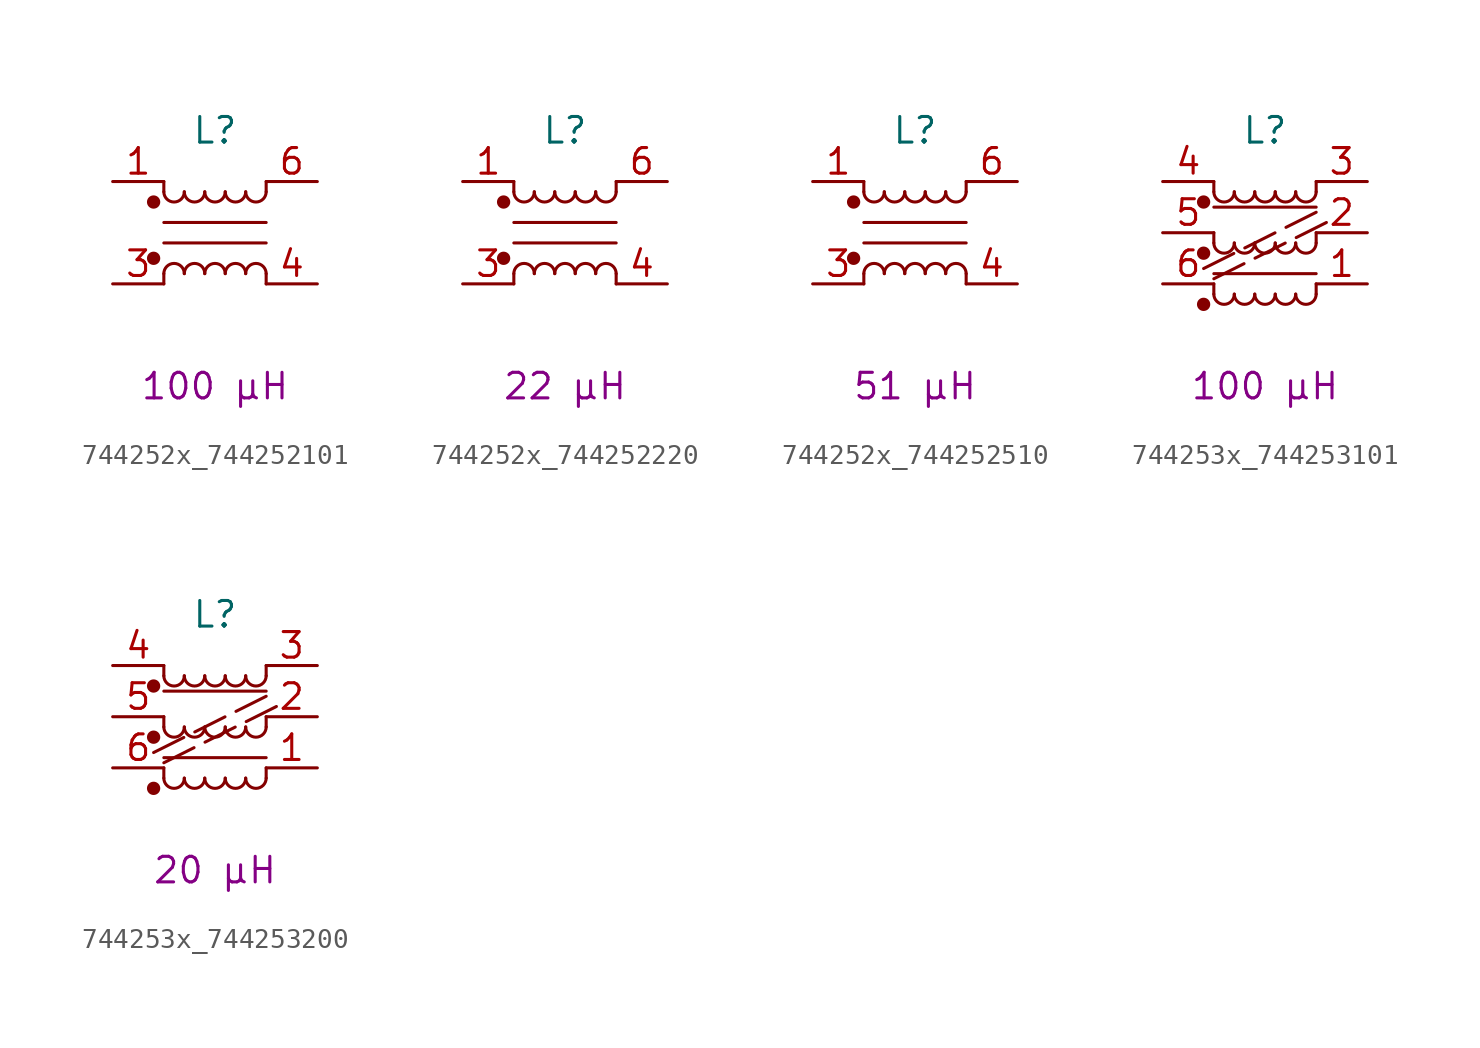
<source format=kicad_sym>
(kicad_symbol_lib
  (version 20220914)
  (generator kicad_symbol_editor)
  (symbol "744252x_744252101"
    (pin_names hide)
    (property "Reference" "L"
      (at 0 5.08 0)
      (effects (font (size 1.27 1.27))))
    (property "Critical Parameter" "100 µH"
      (at 0 -7.62 0)
      (effects (font (size 1.27 1.27))))
    (symbol "744252x_744252101_0_1"
      (circle (center -3.048 -1.27) (radius 0.254) (stroke (width 0) (type default)) (fill (type outline)))
      (circle (center -3.048 1.524) (radius 0.254) (stroke (width 0) (type default)) (fill (type outline)))
      (arc (start -2.54 2.032) (mid -2.032 1.5262) (end -1.524 2.032) (stroke (width 0) (type default)) (fill (type none)))
      (arc (start -1.524 -2.032) (mid -2.032 -1.5262) (end -2.54 -2.032) (stroke (width 0) (type default)) (fill (type none)))
      (arc (start -1.524 2.032) (mid -1.016 1.5262) (end -0.508 2.032) (stroke (width 0) (type default)) (fill (type none)))
      (arc (start -0.508 -2.032) (mid -1.016 -1.5262) (end -1.524 -2.032) (stroke (width 0) (type default)) (fill (type none)))
      (arc (start -0.508 2.032) (mid 0 1.5262) (end 0.508 2.032) (stroke (width 0) (type default)) (fill (type none)))
      (polyline (pts (xy -2.54 -2.032) (xy -2.54 -2.54)) (stroke (width 0) (type default)) (fill (type none)))
      (polyline (pts (xy -2.54 0.508) (xy 2.54 0.508)) (stroke (width 0) (type default)) (fill (type none)))
      (polyline (pts (xy -2.54 2.032) (xy -2.54 2.54)) (stroke (width 0) (type default)) (fill (type none)))
      (polyline (pts (xy 2.54 -2.032) (xy 2.54 -2.54)) (stroke (width 0) (type default)) (fill (type none)))
      (polyline (pts (xy 2.54 -0.508) (xy -2.54 -0.508)) (stroke (width 0) (type default)) (fill (type none)))
      (polyline (pts (xy 2.54 2.54) (xy 2.54 2.032)) (stroke (width 0) (type default)) (fill (type none)))
      (arc (start 0.508 -2.032) (mid 0 -1.5262) (end -0.508 -2.032) (stroke (width 0) (type default)) (fill (type none)))
      (arc (start 0.508 2.032) (mid 1.016 1.5262) (end 1.524 2.032) (stroke (width 0) (type default)) (fill (type none)))
      (arc (start 1.524 -2.032) (mid 1.016 -1.5262) (end 0.508 -2.032) (stroke (width 0) (type default)) (fill (type none)))
      (arc (start 1.524 2.032) (mid 2.032 1.5262) (end 2.54 2.032) (stroke (width 0) (type default)) (fill (type none)))
      (arc (start 2.54 -2.032) (mid 2.032 -1.5262) (end 1.524 -2.032) (stroke (width 0) (type default)) (fill (type none))))
    (symbol "744252x_744252101_1_1"
      (pin passive line (at -5.08 2.54 0) (length 2.54) (name "1" (effects (font (size 1.27 1.27)))) (number "1" (effects (font (size 1.27 1.27)))))
      (pin passive line (at -5.08 -2.54 0) (length 2.54) (name "3" (effects (font (size 1.27 1.27)))) (number "3" (effects (font (size 1.27 1.27)))))
      (pin passive line (at 5.08 -2.54 180) (length 2.54) (name "4" (effects (font (size 1.27 1.27)))) (number "4" (effects (font (size 1.27 1.27)))))
      (pin passive line (at 5.08 2.54 180) (length 2.54) (name "6" (effects (font (size 1.27 1.27)))) (number "6" (effects (font (size 1.27 1.27)))))))
  (symbol "744252x_744252220"
    (pin_names hide)
    (property "Reference" "L"
      (at 0 5.08 0)
      (effects (font (size 1.27 1.27))))
    (property "Critical Parameter" "22 µH"
      (at 0 -7.62 0)
      (effects (font (size 1.27 1.27))))
    (symbol "744252x_744252220_0_1"
      (circle (center -3.048 -1.27) (radius 0.254) (stroke (width 0) (type default)) (fill (type outline)))
      (circle (center -3.048 1.524) (radius 0.254) (stroke (width 0) (type default)) (fill (type outline)))
      (arc (start -2.54 2.032) (mid -2.032 1.5262) (end -1.524 2.032) (stroke (width 0) (type default)) (fill (type none)))
      (arc (start -1.524 -2.032) (mid -2.032 -1.5262) (end -2.54 -2.032) (stroke (width 0) (type default)) (fill (type none)))
      (arc (start -1.524 2.032) (mid -1.016 1.5262) (end -0.508 2.032) (stroke (width 0) (type default)) (fill (type none)))
      (arc (start -0.508 -2.032) (mid -1.016 -1.5262) (end -1.524 -2.032) (stroke (width 0) (type default)) (fill (type none)))
      (arc (start -0.508 2.032) (mid 0 1.5262) (end 0.508 2.032) (stroke (width 0) (type default)) (fill (type none)))
      (polyline (pts (xy -2.54 -2.032) (xy -2.54 -2.54)) (stroke (width 0) (type default)) (fill (type none)))
      (polyline (pts (xy -2.54 0.508) (xy 2.54 0.508)) (stroke (width 0) (type default)) (fill (type none)))
      (polyline (pts (xy -2.54 2.032) (xy -2.54 2.54)) (stroke (width 0) (type default)) (fill (type none)))
      (polyline (pts (xy 2.54 -2.032) (xy 2.54 -2.54)) (stroke (width 0) (type default)) (fill (type none)))
      (polyline (pts (xy 2.54 -0.508) (xy -2.54 -0.508)) (stroke (width 0) (type default)) (fill (type none)))
      (polyline (pts (xy 2.54 2.54) (xy 2.54 2.032)) (stroke (width 0) (type default)) (fill (type none)))
      (arc (start 0.508 -2.032) (mid 0 -1.5262) (end -0.508 -2.032) (stroke (width 0) (type default)) (fill (type none)))
      (arc (start 0.508 2.032) (mid 1.016 1.5262) (end 1.524 2.032) (stroke (width 0) (type default)) (fill (type none)))
      (arc (start 1.524 -2.032) (mid 1.016 -1.5262) (end 0.508 -2.032) (stroke (width 0) (type default)) (fill (type none)))
      (arc (start 1.524 2.032) (mid 2.032 1.5262) (end 2.54 2.032) (stroke (width 0) (type default)) (fill (type none)))
      (arc (start 2.54 -2.032) (mid 2.032 -1.5262) (end 1.524 -2.032) (stroke (width 0) (type default)) (fill (type none))))
    (symbol "744252x_744252220_1_1"
      (pin passive line (at -5.08 2.54 0) (length 2.54) (name "1" (effects (font (size 1.27 1.27)))) (number "1" (effects (font (size 1.27 1.27)))))
      (pin passive line (at -5.08 -2.54 0) (length 2.54) (name "3" (effects (font (size 1.27 1.27)))) (number "3" (effects (font (size 1.27 1.27)))))
      (pin passive line (at 5.08 -2.54 180) (length 2.54) (name "4" (effects (font (size 1.27 1.27)))) (number "4" (effects (font (size 1.27 1.27)))))
      (pin passive line (at 5.08 2.54 180) (length 2.54) (name "6" (effects (font (size 1.27 1.27)))) (number "6" (effects (font (size 1.27 1.27)))))))
  (symbol "744252x_744252510"
    (pin_names hide)
    (property "Reference" "L"
      (at 0 5.08 0)
      (effects (font (size 1.27 1.27))))
    (property "Critical Parameter" "51 µH"
      (at 0 -7.62 0)
      (effects (font (size 1.27 1.27))))
    (symbol "744252x_744252510_0_1"
      (circle (center -3.048 -1.27) (radius 0.254) (stroke (width 0) (type default)) (fill (type outline)))
      (circle (center -3.048 1.524) (radius 0.254) (stroke (width 0) (type default)) (fill (type outline)))
      (arc (start -2.54 2.032) (mid -2.032 1.5262) (end -1.524 2.032) (stroke (width 0) (type default)) (fill (type none)))
      (arc (start -1.524 -2.032) (mid -2.032 -1.5262) (end -2.54 -2.032) (stroke (width 0) (type default)) (fill (type none)))
      (arc (start -1.524 2.032) (mid -1.016 1.5262) (end -0.508 2.032) (stroke (width 0) (type default)) (fill (type none)))
      (arc (start -0.508 -2.032) (mid -1.016 -1.5262) (end -1.524 -2.032) (stroke (width 0) (type default)) (fill (type none)))
      (arc (start -0.508 2.032) (mid 0 1.5262) (end 0.508 2.032) (stroke (width 0) (type default)) (fill (type none)))
      (polyline (pts (xy -2.54 -2.032) (xy -2.54 -2.54)) (stroke (width 0) (type default)) (fill (type none)))
      (polyline (pts (xy -2.54 0.508) (xy 2.54 0.508)) (stroke (width 0) (type default)) (fill (type none)))
      (polyline (pts (xy -2.54 2.032) (xy -2.54 2.54)) (stroke (width 0) (type default)) (fill (type none)))
      (polyline (pts (xy 2.54 -2.032) (xy 2.54 -2.54)) (stroke (width 0) (type default)) (fill (type none)))
      (polyline (pts (xy 2.54 -0.508) (xy -2.54 -0.508)) (stroke (width 0) (type default)) (fill (type none)))
      (polyline (pts (xy 2.54 2.54) (xy 2.54 2.032)) (stroke (width 0) (type default)) (fill (type none)))
      (arc (start 0.508 -2.032) (mid 0 -1.5262) (end -0.508 -2.032) (stroke (width 0) (type default)) (fill (type none)))
      (arc (start 0.508 2.032) (mid 1.016 1.5262) (end 1.524 2.032) (stroke (width 0) (type default)) (fill (type none)))
      (arc (start 1.524 -2.032) (mid 1.016 -1.5262) (end 0.508 -2.032) (stroke (width 0) (type default)) (fill (type none)))
      (arc (start 1.524 2.032) (mid 2.032 1.5262) (end 2.54 2.032) (stroke (width 0) (type default)) (fill (type none)))
      (arc (start 2.54 -2.032) (mid 2.032 -1.5262) (end 1.524 -2.032) (stroke (width 0) (type default)) (fill (type none))))
    (symbol "744252x_744252510_1_1"
      (pin passive line (at -5.08 2.54 0) (length 2.54) (name "1" (effects (font (size 1.27 1.27)))) (number "1" (effects (font (size 1.27 1.27)))))
      (pin passive line (at -5.08 -2.54 0) (length 2.54) (name "3" (effects (font (size 1.27 1.27)))) (number "3" (effects (font (size 1.27 1.27)))))
      (pin passive line (at 5.08 -2.54 180) (length 2.54) (name "4" (effects (font (size 1.27 1.27)))) (number "4" (effects (font (size 1.27 1.27)))))
      (pin passive line (at 5.08 2.54 180) (length 2.54) (name "6" (effects (font (size 1.27 1.27)))) (number "6" (effects (font (size 1.27 1.27)))))))
  (symbol "744253x_744253101"
    (pin_names hide)
    (property "Reference" "L"
      (at 0 5.08 0)
      (effects (font (size 1.27 1.27))))
    (property "Critical Parameter" "100 µH"
      (at 0 -7.62 0)
      (effects (font (size 1.27 1.27))))
    (symbol "744253x_744253101_0_1"
      (circle (center -3.048 -3.556) (radius 0.254) (stroke (width 0) (type default)) (fill (type outline)))
      (circle (center -3.048 -1.016) (radius 0.254) (stroke (width 0) (type default)) (fill (type outline)))
      (circle (center -3.048 1.524) (radius 0.254) (stroke (width 0) (type default)) (fill (type outline)))
      (arc (start -2.54 -3.048) (mid -2.032 -3.5538) (end -1.524 -3.048) (stroke (width 0) (type default)) (fill (type none)))
      (arc (start -2.54 -0.508) (mid -2.032 -1.0138) (end -1.524 -0.508) (stroke (width 0) (type default)) (fill (type none)))
      (arc (start -2.54 2.032) (mid -2.032 1.5262) (end -1.524 2.032) (stroke (width 0) (type default)) (fill (type none)))
      (arc (start -1.524 -3.048) (mid -1.016 -3.5538) (end -0.508 -3.048) (stroke (width 0) (type default)) (fill (type none)))
      (arc (start -1.524 -0.508) (mid -1.016 -1.0138) (end -0.508 -0.508) (stroke (width 0) (type default)) (fill (type none)))
      (arc (start -1.524 2.032) (mid -1.016 1.5262) (end -0.508 2.032) (stroke (width 0) (type default)) (fill (type none)))
      (arc (start -0.508 -3.048) (mid 0 -3.5538) (end 0.508 -3.048) (stroke (width 0) (type default)) (fill (type none)))
      (arc (start -0.508 -0.508) (mid 0 -1.0138) (end 0.508 -0.508) (stroke (width 0) (type default)) (fill (type none)))
      (arc (start -0.508 2.032) (mid 0 1.5262) (end 0.508 2.032) (stroke (width 0) (type default)) (fill (type none)))
      (polyline (pts (xy -2.54 -3.048) (xy -2.54 -2.54)) (stroke (width 0) (type default)) (fill (type none)))
      (polyline (pts (xy -2.54 -0.508) (xy -2.54 0)) (stroke (width 0) (type default)) (fill (type none)))
      (polyline (pts (xy -2.54 1.27) (xy 2.54 1.27)) (stroke (width 0) (type default)) (fill (type none)))
      (polyline (pts (xy -2.54 2.032) (xy -2.54 2.54)) (stroke (width 0) (type default)) (fill (type none)))
      (polyline (pts (xy 2.54 -3.048) (xy 2.54 -2.54)) (stroke (width 0) (type default)) (fill (type none)))
      (polyline (pts (xy 2.54 -2.032) (xy -2.54 -2.032)) (stroke (width 0) (type default)) (fill (type none)))
      (polyline (pts (xy 2.54 0) (xy 2.54 -0.508)) (stroke (width 0) (type default)) (fill (type none)))
      (polyline (pts (xy 2.54 2.54) (xy 2.54 2.032)) (stroke (width 0) (type default)) (fill (type none)))
      (arc (start 0.508 -3.048) (mid 1.016 -3.5538) (end 1.524 -3.048) (stroke (width 0) (type default)) (fill (type none)))
      (arc (start 0.508 -0.508) (mid 1.016 -1.0138) (end 1.524 -0.508) (stroke (width 0) (type default)) (fill (type none)))
      (arc (start 0.508 2.032) (mid 1.016 1.5262) (end 1.524 2.032) (stroke (width 0) (type default)) (fill (type none)))
      (arc (start 1.524 -3.048) (mid 2.032 -3.5538) (end 2.54 -3.048) (stroke (width 0) (type default)) (fill (type none)))
      (arc (start 1.524 -0.508) (mid 2.032 -1.0138) (end 2.54 -0.508) (stroke (width 0) (type default)) (fill (type none)))
      (arc (start 1.524 2.032) (mid 2.032 1.5262) (end 2.54 2.032) (stroke (width 0) (type default)) (fill (type none))))
    (symbol "744253x_744253101_1_1"
      (polyline (pts (xy -3.048 -1.778) (xy 3.048 1.27)) (stroke (width 0) (type dash)) (fill (type none)))
      (polyline (pts (xy -2.54 -2.286) (xy 3.048 0.508)) (stroke (width 0) (type dash)) (fill (type none)))
      (pin passive line (at 5.08 -2.54 180) (length 2.54) (name "1" (effects (font (size 1.27 1.27)))) (number "1" (effects (font (size 1.27 1.27)))))
      (pin passive line (at 5.08 0 180) (length 2.54) (name "2" (effects (font (size 1.27 1.27)))) (number "2" (effects (font (size 1.27 1.27)))))
      (pin passive line (at 5.08 2.54 180) (length 2.54) (name "3" (effects (font (size 1.27 1.27)))) (number "3" (effects (font (size 1.27 1.27)))))
      (pin passive line (at -5.08 2.54 0) (length 2.54) (name "4" (effects (font (size 1.27 1.27)))) (number "4" (effects (font (size 1.27 1.27)))))
      (pin passive line (at -5.08 0 0) (length 2.54) (name "5" (effects (font (size 1.27 1.27)))) (number "5" (effects (font (size 1.27 1.27)))))
      (pin passive line (at -5.08 -2.54 0) (length 2.54) (name "6" (effects (font (size 1.27 1.27)))) (number "6" (effects (font (size 1.27 1.27)))))))
  (symbol "744253x_744253200"
    (pin_names hide)
    (property "Reference" "L"
      (at 0 5.08 0)
      (effects (font (size 1.27 1.27))))
    (property "Critical Parameter" "20 µH"
      (at 0 -7.62 0)
      (effects (font (size 1.27 1.27))))
    (symbol "744253x_744253200_0_1"
      (circle (center -3.048 -3.556) (radius 0.254) (stroke (width 0) (type default)) (fill (type outline)))
      (circle (center -3.048 -1.016) (radius 0.254) (stroke (width 0) (type default)) (fill (type outline)))
      (circle (center -3.048 1.524) (radius 0.254) (stroke (width 0) (type default)) (fill (type outline)))
      (arc (start -2.54 -3.048) (mid -2.032 -3.5538) (end -1.524 -3.048) (stroke (width 0) (type default)) (fill (type none)))
      (arc (start -2.54 -0.508) (mid -2.032 -1.0138) (end -1.524 -0.508) (stroke (width 0) (type default)) (fill (type none)))
      (arc (start -2.54 2.032) (mid -2.032 1.5262) (end -1.524 2.032) (stroke (width 0) (type default)) (fill (type none)))
      (arc (start -1.524 -3.048) (mid -1.016 -3.5538) (end -0.508 -3.048) (stroke (width 0) (type default)) (fill (type none)))
      (arc (start -1.524 -0.508) (mid -1.016 -1.0138) (end -0.508 -0.508) (stroke (width 0) (type default)) (fill (type none)))
      (arc (start -1.524 2.032) (mid -1.016 1.5262) (end -0.508 2.032) (stroke (width 0) (type default)) (fill (type none)))
      (arc (start -0.508 -3.048) (mid 0 -3.5538) (end 0.508 -3.048) (stroke (width 0) (type default)) (fill (type none)))
      (arc (start -0.508 -0.508) (mid 0 -1.0138) (end 0.508 -0.508) (stroke (width 0) (type default)) (fill (type none)))
      (arc (start -0.508 2.032) (mid 0 1.5262) (end 0.508 2.032) (stroke (width 0) (type default)) (fill (type none)))
      (polyline (pts (xy -2.54 -3.048) (xy -2.54 -2.54)) (stroke (width 0) (type default)) (fill (type none)))
      (polyline (pts (xy -2.54 -0.508) (xy -2.54 0)) (stroke (width 0) (type default)) (fill (type none)))
      (polyline (pts (xy -2.54 1.27) (xy 2.54 1.27)) (stroke (width 0) (type default)) (fill (type none)))
      (polyline (pts (xy -2.54 2.032) (xy -2.54 2.54)) (stroke (width 0) (type default)) (fill (type none)))
      (polyline (pts (xy 2.54 -3.048) (xy 2.54 -2.54)) (stroke (width 0) (type default)) (fill (type none)))
      (polyline (pts (xy 2.54 -2.032) (xy -2.54 -2.032)) (stroke (width 0) (type default)) (fill (type none)))
      (polyline (pts (xy 2.54 0) (xy 2.54 -0.508)) (stroke (width 0) (type default)) (fill (type none)))
      (polyline (pts (xy 2.54 2.54) (xy 2.54 2.032)) (stroke (width 0) (type default)) (fill (type none)))
      (arc (start 0.508 -3.048) (mid 1.016 -3.5538) (end 1.524 -3.048) (stroke (width 0) (type default)) (fill (type none)))
      (arc (start 0.508 -0.508) (mid 1.016 -1.0138) (end 1.524 -0.508) (stroke (width 0) (type default)) (fill (type none)))
      (arc (start 0.508 2.032) (mid 1.016 1.5262) (end 1.524 2.032) (stroke (width 0) (type default)) (fill (type none)))
      (arc (start 1.524 -3.048) (mid 2.032 -3.5538) (end 2.54 -3.048) (stroke (width 0) (type default)) (fill (type none)))
      (arc (start 1.524 -0.508) (mid 2.032 -1.0138) (end 2.54 -0.508) (stroke (width 0) (type default)) (fill (type none)))
      (arc (start 1.524 2.032) (mid 2.032 1.5262) (end 2.54 2.032) (stroke (width 0) (type default)) (fill (type none))))
    (symbol "744253x_744253200_1_1"
      (polyline (pts (xy -3.048 -1.778) (xy 3.048 1.27)) (stroke (width 0) (type dash)) (fill (type none)))
      (polyline (pts (xy -2.54 -2.286) (xy 3.048 0.508)) (stroke (width 0) (type dash)) (fill (type none)))
      (pin passive line (at 5.08 -2.54 180) (length 2.54) (name "1" (effects (font (size 1.27 1.27)))) (number "1" (effects (font (size 1.27 1.27)))))
      (pin passive line (at 5.08 0 180) (length 2.54) (name "2" (effects (font (size 1.27 1.27)))) (number "2" (effects (font (size 1.27 1.27)))))
      (pin passive line (at 5.08 2.54 180) (length 2.54) (name "3" (effects (font (size 1.27 1.27)))) (number "3" (effects (font (size 1.27 1.27)))))
      (pin passive line (at -5.08 2.54 0) (length 2.54) (name "4" (effects (font (size 1.27 1.27)))) (number "4" (effects (font (size 1.27 1.27)))))
      (pin passive line (at -5.08 0 0) (length 2.54) (name "5" (effects (font (size 1.27 1.27)))) (number "5" (effects (font (size 1.27 1.27)))))
      (pin passive line (at -5.08 -2.54 0) (length 2.54) (name "6" (effects (font (size 1.27 1.27)))) (number "6" (effects (font (size 1.27 1.27))))))))
</source>
